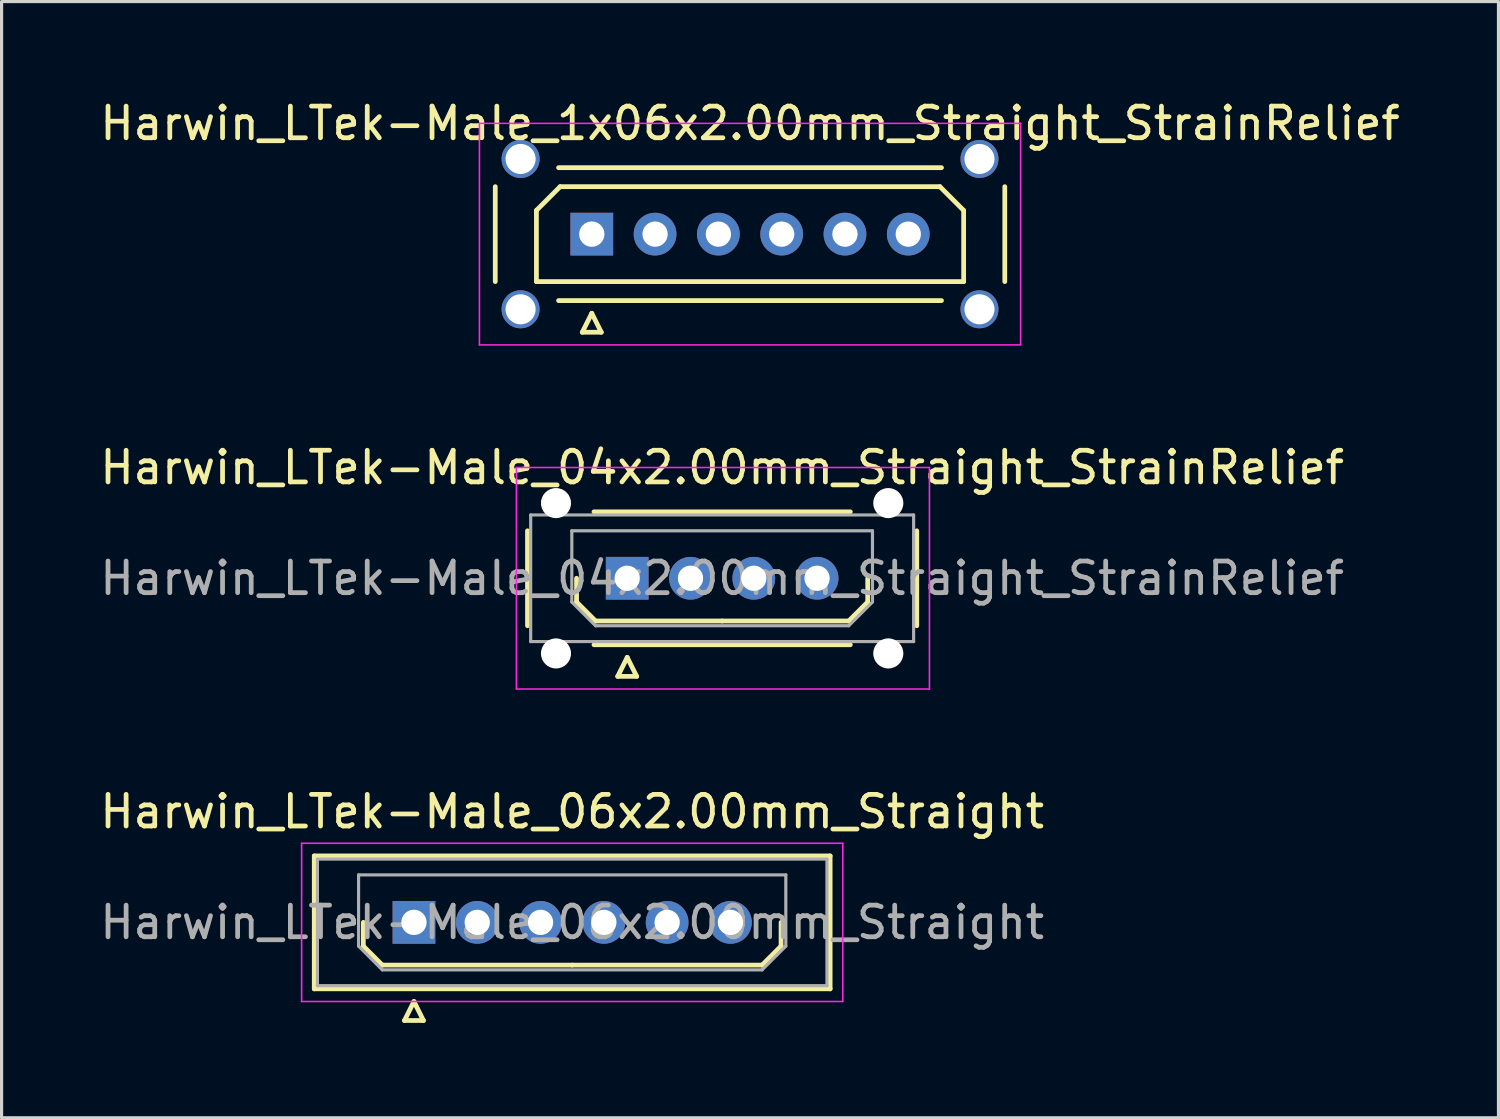
<source format=kicad_pcb>
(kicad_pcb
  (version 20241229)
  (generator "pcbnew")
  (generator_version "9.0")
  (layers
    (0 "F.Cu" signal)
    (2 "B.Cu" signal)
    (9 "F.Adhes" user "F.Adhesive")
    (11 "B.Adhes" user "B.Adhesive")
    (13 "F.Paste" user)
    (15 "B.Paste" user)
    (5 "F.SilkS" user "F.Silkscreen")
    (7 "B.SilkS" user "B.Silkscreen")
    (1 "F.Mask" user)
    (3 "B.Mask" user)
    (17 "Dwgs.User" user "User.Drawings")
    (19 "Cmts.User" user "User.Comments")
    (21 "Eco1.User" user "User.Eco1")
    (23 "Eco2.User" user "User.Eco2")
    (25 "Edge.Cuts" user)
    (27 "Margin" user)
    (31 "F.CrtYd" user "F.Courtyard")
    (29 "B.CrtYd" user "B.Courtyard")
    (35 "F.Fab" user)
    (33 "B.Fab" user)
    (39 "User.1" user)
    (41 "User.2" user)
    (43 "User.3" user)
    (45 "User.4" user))
  (footprint "Harwin_LTek-Male_04x2.00mm_Straight_StrainRelief"
    (layer "F.Cu")
    (at 16.768 15.222)
    (property "Reference" "Harwin_LTek-Male_04x2.00mm_Straight_StrainRelief" (at 3 -3.5 0) (layer "F.SilkS") (effects (font (size 1 1) (thickness 0.15))))
    (attr through_hole)
    (fp_line (start -3.15 -1.5) (end -3.15 1.5) (stroke (width 0.15) (type solid)) (layer "F.SilkS"))
    (fp_line (start -1.6 0) (end -1.6 0.75) (stroke (width 0.15) (type solid)) (layer "F.SilkS"))
    (fp_line (start -1.6 0.75) (end -1 1.35) (stroke (width 0.15) (type solid)) (layer "F.SilkS"))
    (fp_line (start -1.05 -2.1) (end 7.05 -2.1) (stroke (width 0.15) (type solid)) (layer "F.SilkS"))
    (fp_line (start -1.05 2.1) (end 7.05 2.1) (stroke (width 0.15) (type solid)) (layer "F.SilkS"))
    (fp_line (start -1 1.35) (end 3 1.35) (stroke (width 0.15) (type solid)) (layer "F.SilkS"))
    (fp_line (start -0.3 3.1) (end 0.3 3.1) (stroke (width 0.15) (type solid)) (layer "F.SilkS"))
    (fp_line (start 0 2.5) (end -0.3 3.1) (stroke (width 0.15) (type solid)) (layer "F.SilkS"))
    (fp_line (start 0.3 3.1) (end 0 2.5) (stroke (width 0.15) (type solid)) (layer "F.SilkS"))
    (fp_line (start 7 1.35) (end 3 1.35) (stroke (width 0.15) (type solid)) (layer "F.SilkS"))
    (fp_line (start 7.6 0) (end 7.6 0.75) (stroke (width 0.15) (type solid)) (layer "F.SilkS"))
    (fp_line (start 7.6 0.75) (end 7 1.35) (stroke (width 0.15) (type solid)) (layer "F.SilkS"))
    (fp_line (start 9.15 -1.5) (end 9.15 1.5) (stroke (width 0.15) (type solid)) (layer "F.SilkS"))
    (fp_line (start -3.5 -3.5) (end -3.5 3.5) (stroke (width 0.05) (type solid)) (layer "F.CrtYd"))
    (fp_line (start -3.5 3.5) (end 9.55 3.5) (stroke (width 0.05) (type solid)) (layer "F.CrtYd"))
    (fp_line (start 9.55 -3.5) (end -3.5 -3.5) (stroke (width 0.05) (type solid)) (layer "F.CrtYd"))
    (fp_line (start 9.55 3.5) (end 9.55 -3.5) (stroke (width 0.05) (type solid)) (layer "F.CrtYd"))
    (fp_line (start -3.05 -2) (end -3.05 2) (stroke (width 0.1) (type solid)) (layer "F.Fab"))
    (fp_line (start -3.05 2) (end 9.05 2) (stroke (width 0.1) (type solid)) (layer "F.Fab"))
    (fp_line (start -1.75 -1.5) (end 7.75 -1.5) (stroke (width 0.1) (type solid)) (layer "F.Fab"))
    (fp_line (start -1.75 0.75) (end -1.75 -1.5) (stroke (width 0.1) (type solid)) (layer "F.Fab"))
    (fp_line (start -1 1.5) (end -1.75 0.75) (stroke (width 0.1) (type solid)) (layer "F.Fab"))
    (fp_line (start 7 1.5) (end -1 1.5) (stroke (width 0.1) (type solid)) (layer "F.Fab"))
    (fp_line (start 7.75 -1.5) (end 7.75 0.75) (stroke (width 0.1) (type solid)) (layer "F.Fab"))
    (fp_line (start 7.75 0.75) (end 7 1.5) (stroke (width 0.1) (type solid)) (layer "F.Fab"))
    (fp_line (start 9.05 -2) (end -3.05 -2) (stroke (width 0.1) (type solid)) (layer "F.Fab"))
    (fp_line (start 9.05 2) (end 9.05 -2) (stroke (width 0.1) (type solid)) (layer "F.Fab"))
    (fp_text user "${REFERENCE}" (at 3 0 0) (layer "F.Fab") (effects (font (size 1 1) (thickness 0.15))))
    (pad "" np_thru_hole circle (at -2.25 -2.375) (size 0.95 0.95) (drill 0.95) (layers "*.Cu" "*.Mask"))
    (pad "" np_thru_hole circle (at -2.25 2.375) (size 0.95 0.95) (drill 0.95) (layers "*.Cu" "*.Mask"))
    (pad "" np_thru_hole circle (at 8.25 -2.375) (size 0.95 0.95) (drill 0.95) (layers "*.Cu" "*.Mask"))
    (pad "" np_thru_hole circle (at 8.25 2.375) (size 0.95 0.95) (drill 0.95) (layers "*.Cu" "*.Mask"))
    (pad "1" thru_hole rect (at 0 0) (size 1.35 1.35) (drill 0.8) (layers "*.Cu" "*.Mask"))
    (pad "2" thru_hole circle (at 2 0) (size 1.35 1.35) (drill 0.8) (layers "*.Cu" "*.Mask"))
    (pad "3" thru_hole circle (at 4 0) (size 1.35 1.35) (drill 0.8) (layers "*.Cu" "*.Mask"))
    (pad "4" thru_hole circle (at 6 0) (size 1.35 1.35) (drill 0.8) (layers "*.Cu" "*.Mask")))
  (footprint "Harwin_LTek-Male_06x2.00mm_Straight"
    (layer "F.Cu")
    (at 10.03 26.095)
    (property "Reference" "Harwin_LTek-Male_06x2.00mm_Straight" (at 5 -3.5 0) (layer "F.SilkS") (effects (font (size 1 1) (thickness 0.15))))
    (attr through_hole)
    (fp_line (start -3.15 -2.1) (end -3.15 2.1) (stroke (width 0.15) (type solid)) (layer "F.SilkS"))
    (fp_line (start -3.15 2.1) (end 13.15 2.1) (stroke (width 0.15) (type solid)) (layer "F.SilkS"))
    (fp_line (start -1.6 0) (end -1.6 0.75) (stroke (width 0.15) (type solid)) (layer "F.SilkS"))
    (fp_line (start -1.6 0.75) (end -1 1.35) (stroke (width 0.15) (type solid)) (layer "F.SilkS"))
    (fp_line (start -1 1.35) (end 5 1.35) (stroke (width 0.15) (type solid)) (layer "F.SilkS"))
    (fp_line (start -0.3 3.1) (end 0.3 3.1) (stroke (width 0.15) (type solid)) (layer "F.SilkS"))
    (fp_line (start 0 2.5) (end -0.3 3.1) (stroke (width 0.15) (type solid)) (layer "F.SilkS"))
    (fp_line (start 0.3 3.1) (end 0 2.5) (stroke (width 0.15) (type solid)) (layer "F.SilkS"))
    (fp_line (start 11 1.35) (end 5 1.35) (stroke (width 0.15) (type solid)) (layer "F.SilkS"))
    (fp_line (start 11.6 0) (end 11.6 0.75) (stroke (width 0.15) (type solid)) (layer "F.SilkS"))
    (fp_line (start 11.6 0.75) (end 11 1.35) (stroke (width 0.15) (type solid)) (layer "F.SilkS"))
    (fp_line (start 13.15 -2.1) (end -3.15 -2.1) (stroke (width 0.15) (type solid)) (layer "F.SilkS"))
    (fp_line (start 13.15 2.1) (end 13.15 -2.1) (stroke (width 0.15) (type solid)) (layer "F.SilkS"))
    (fp_line (start -3.55 -2.5) (end -3.55 2.5) (stroke (width 0.05) (type solid)) (layer "F.CrtYd"))
    (fp_line (start -3.55 2.5) (end 13.55 2.5) (stroke (width 0.05) (type solid)) (layer "F.CrtYd"))
    (fp_line (start 13.55 -2.5) (end -3.55 -2.5) (stroke (width 0.05) (type solid)) (layer "F.CrtYd"))
    (fp_line (start 13.55 2.5) (end 13.55 -2.5) (stroke (width 0.05) (type solid)) (layer "F.CrtYd"))
    (fp_line (start -3.05 -2) (end -3.05 2) (stroke (width 0.1) (type solid)) (layer "F.Fab"))
    (fp_line (start -3.05 2) (end 13.05 2) (stroke (width 0.1) (type solid)) (layer "F.Fab"))
    (fp_line (start -1.75 -1.5) (end 11.75 -1.5) (stroke (width 0.1) (type solid)) (layer "F.Fab"))
    (fp_line (start -1.75 0.75) (end -1.75 -1.5) (stroke (width 0.1) (type solid)) (layer "F.Fab"))
    (fp_line (start -1 1.5) (end -1.75 0.75) (stroke (width 0.1) (type solid)) (layer "F.Fab"))
    (fp_line (start 11 1.5) (end -1 1.5) (stroke (width 0.1) (type solid)) (layer "F.Fab"))
    (fp_line (start 11.75 -1.5) (end 11.75 0.75) (stroke (width 0.1) (type solid)) (layer "F.Fab"))
    (fp_line (start 11.75 0.75) (end 11 1.5) (stroke (width 0.1) (type solid)) (layer "F.Fab"))
    (fp_line (start 13.05 -2) (end -3.05 -2) (stroke (width 0.1) (type solid)) (layer "F.Fab"))
    (fp_line (start 13.05 2) (end 13.05 -2) (stroke (width 0.1) (type solid)) (layer "F.Fab"))
    (fp_text user "${REFERENCE}" (at 5 0 0) (layer "F.Fab") (effects (font (size 1 1) (thickness 0.15))))
    (pad "1" thru_hole rect (at 0 0) (size 1.35 1.35) (drill 0.8) (layers "*.Cu" "*.Mask"))
    (pad "2" thru_hole circle (at 2 0) (size 1.35 1.35) (drill 0.8) (layers "*.Cu" "*.Mask"))
    (pad "3" thru_hole circle (at 4 0) (size 1.35 1.35) (drill 0.8) (layers "*.Cu" "*.Mask"))
    (pad "4" thru_hole circle (at 6 0) (size 1.35 1.35) (drill 0.8) (layers "*.Cu" "*.Mask"))
    (pad "5" thru_hole circle (at 8 0) (size 1.35 1.35) (drill 0.8) (layers "*.Cu" "*.Mask"))
    (pad "6" thru_hole circle (at 10 0) (size 1.35 1.35) (drill 0.8) (layers "*.Cu" "*.Mask")))
  (footprint "Harwin_LTek-Male_1x06x2.00mm_Straight_StrainRelief"
    (layer "F.Cu")
    (at 15.649 4.348)
    (property "Reference" "Harwin_LTek-Male_1x06x2.00mm_Straight_StrainRelief" (at 5 -3.5 0) (layer "F.SilkS") (effects (font (size 1 1) (thickness 0.15))))
    (attr through_hole)
    (fp_line (start -3.05 -1.5) (end -3.05 1.5) (stroke (width 0.15) (type solid)) (layer "F.SilkS"))
    (fp_line (start -1.75 -0.75) (end -1 -1.5) (stroke (width 0.15) (type solid)) (layer "F.SilkS"))
    (fp_line (start -1.75 1.5) (end -1.75 -0.75) (stroke (width 0.15) (type solid)) (layer "F.SilkS"))
    (fp_line (start -1.05 -2.1) (end 11.05 -2.1) (stroke (width 0.15) (type solid)) (layer "F.SilkS"))
    (fp_line (start -1.05 2.1) (end 11.05 2.1) (stroke (width 0.15) (type solid)) (layer "F.SilkS"))
    (fp_line (start -1 -1.5) (end 11 -1.5) (stroke (width 0.15) (type solid)) (layer "F.SilkS"))
    (fp_line (start -0.3 3.1) (end 0.3 3.1) (stroke (width 0.15) (type solid)) (layer "F.SilkS"))
    (fp_line (start 0 2.5) (end -0.3 3.1) (stroke (width 0.15) (type solid)) (layer "F.SilkS"))
    (fp_line (start 0.3 3.1) (end 0 2.5) (stroke (width 0.15) (type solid)) (layer "F.SilkS"))
    (fp_line (start 11 -1.5) (end 11.75 -0.75) (stroke (width 0.15) (type solid)) (layer "F.SilkS"))
    (fp_line (start 11.75 -0.75) (end 11.75 1.5) (stroke (width 0.15) (type solid)) (layer "F.SilkS"))
    (fp_line (start 11.75 1.5) (end -1.75 1.5) (stroke (width 0.15) (type solid)) (layer "F.SilkS"))
    (fp_line (start 13.05 -1.5) (end 13.05 1.5) (stroke (width 0.15) (type solid)) (layer "F.SilkS"))
    (fp_line (start -3.55 -3.5) (end -3.55 3.5) (stroke (width 0.05) (type solid)) (layer "F.CrtYd"))
    (fp_line (start -3.55 3.5) (end 13.55 3.5) (stroke (width 0.05) (type solid)) (layer "F.CrtYd"))
    (fp_line (start 13.55 -3.5) (end -3.55 -3.5) (stroke (width 0.05) (type solid)) (layer "F.CrtYd"))
    (fp_line (start 13.55 3.5) (end 13.55 -3.5) (stroke (width 0.05) (type solid)) (layer "F.CrtYd"))
    (pad "" thru_hole circle (at -2.25 -2.375) (size 1.2 1.2) (drill 0.95) (layers "*.Cu" "*.Mask"))
    (pad "" thru_hole circle (at -2.25 2.375) (size 1.2 1.2) (drill 0.95) (layers "*.Cu" "*.Mask"))
    (pad "" thru_hole circle (at 12.25 -2.375) (size 1.2 1.2) (drill 0.95) (layers "*.Cu" "*.Mask"))
    (pad "" thru_hole circle (at 12.25 2.375) (size 1.2 1.2) (drill 0.95) (layers "*.Cu" "*.Mask"))
    (pad "1" thru_hole rect (at 0 0) (size 1.35 1.35) (drill 0.8) (layers "*.Cu" "*.Mask"))
    (pad "2" thru_hole circle (at 2 0) (size 1.35 1.35) (drill 0.8) (layers "*.Cu" "*.Mask"))
    (pad "3" thru_hole circle (at 4 0) (size 1.35 1.35) (drill 0.8) (layers "*.Cu" "*.Mask"))
    (pad "4" thru_hole circle (at 6 0) (size 1.35 1.35) (drill 0.8) (layers "*.Cu" "*.Mask"))
    (pad "5" thru_hole circle (at 8 0) (size 1.35 1.35) (drill 0.8) (layers "*.Cu" "*.Mask"))
    (pad "6" thru_hole circle (at 10 0) (size 1.35 1.35) (drill 0.8) (layers "*.Cu" "*.Mask")))
  (gr_rect
    (start -3 -3)
    (end 44.298 32.27)
    (stroke (width 0.1) (type default))
    (fill no)
    (layer "Edge.Cuts")))
</source>
